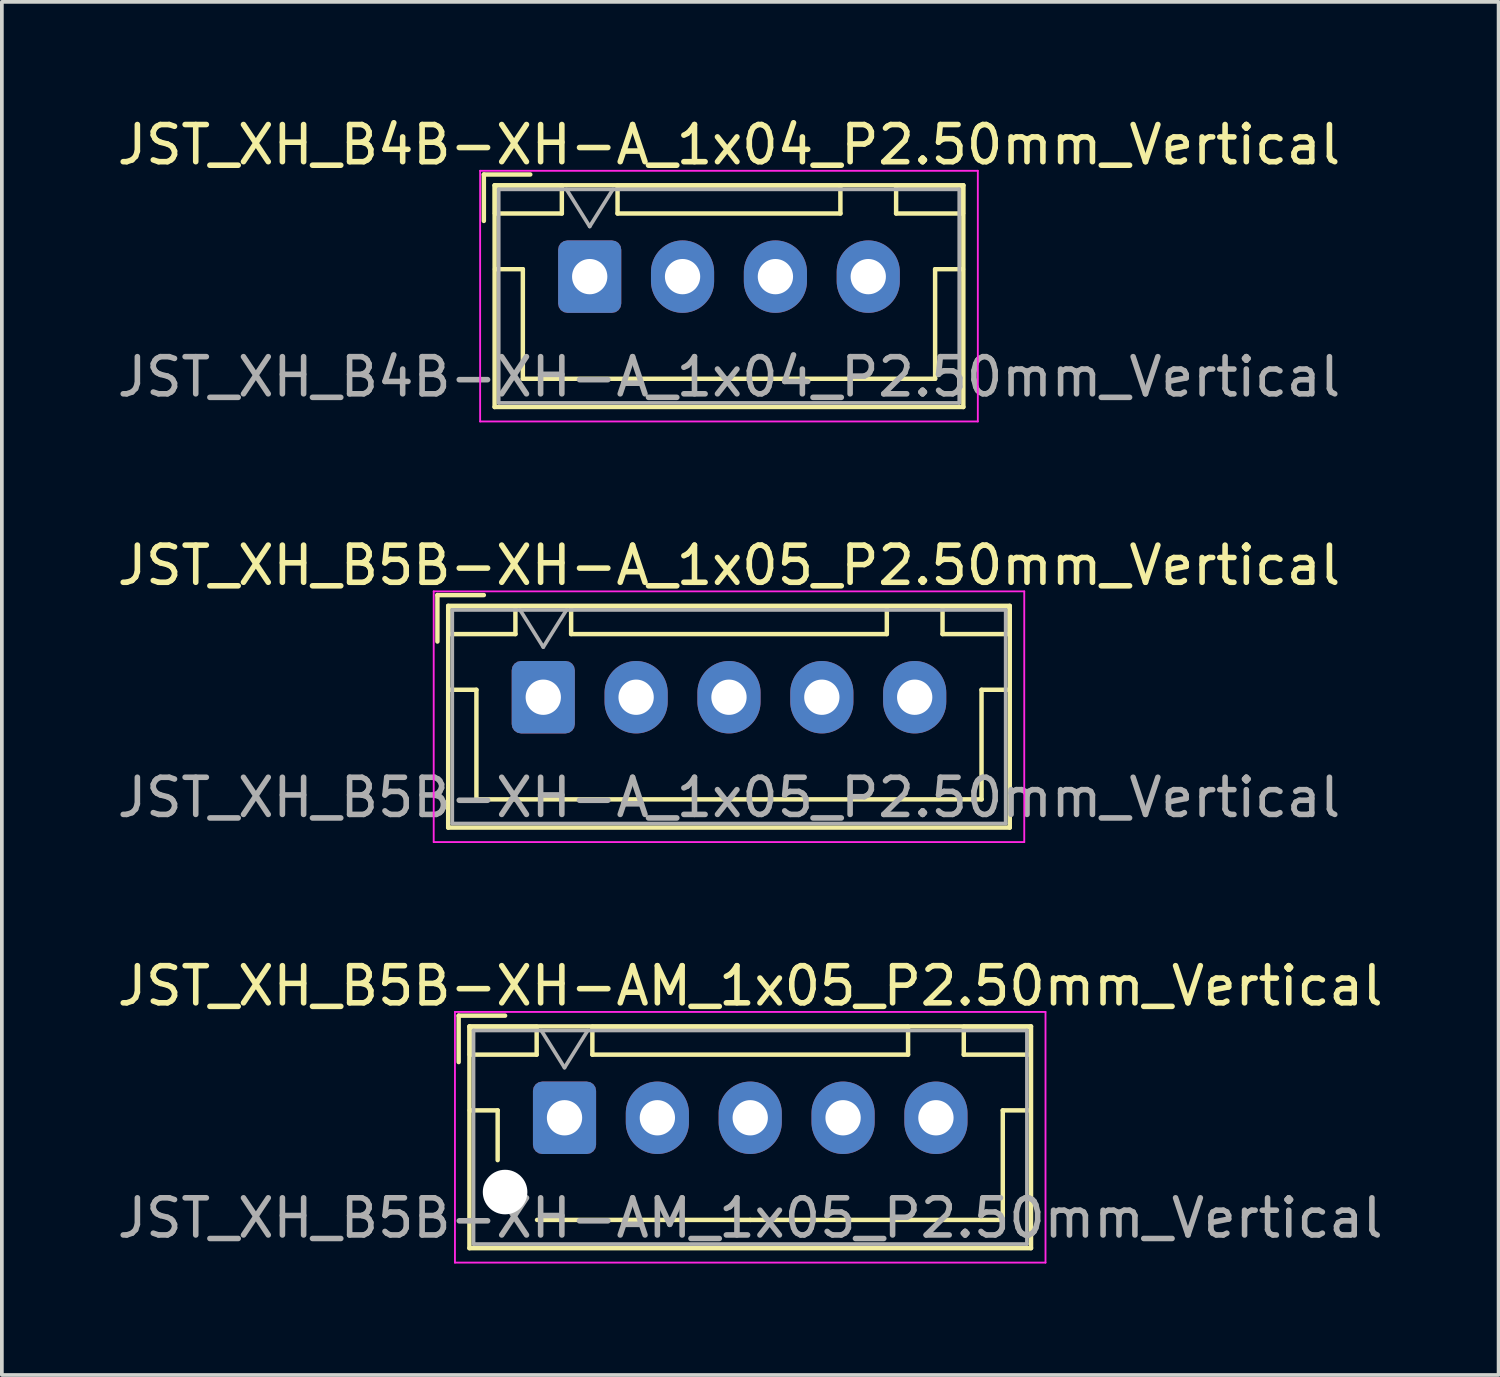
<source format=kicad_pcb>
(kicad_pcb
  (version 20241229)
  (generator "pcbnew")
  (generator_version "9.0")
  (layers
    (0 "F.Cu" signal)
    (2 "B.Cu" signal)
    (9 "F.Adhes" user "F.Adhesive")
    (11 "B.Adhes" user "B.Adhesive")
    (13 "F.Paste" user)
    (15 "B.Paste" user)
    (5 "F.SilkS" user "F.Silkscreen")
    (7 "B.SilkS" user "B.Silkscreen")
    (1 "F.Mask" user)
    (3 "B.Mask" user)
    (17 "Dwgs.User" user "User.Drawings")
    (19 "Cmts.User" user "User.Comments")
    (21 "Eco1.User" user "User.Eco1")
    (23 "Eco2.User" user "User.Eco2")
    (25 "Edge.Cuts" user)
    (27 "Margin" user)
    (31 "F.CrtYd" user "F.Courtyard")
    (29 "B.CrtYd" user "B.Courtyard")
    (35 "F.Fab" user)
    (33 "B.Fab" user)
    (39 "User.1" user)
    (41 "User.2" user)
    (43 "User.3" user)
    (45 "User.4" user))
  (footprint "JST_XH_B5B-XH-AM_1x05_P2.50mm_Vertical"
    (layer "F.Cu")
    (at 12.149 27.045)
    (property "Reference" "JST_XH_B5B-XH-AM_1x05_P2.50mm_Vertical" (at 5 -3.55 0) (layer "F.SilkS") (effects (font (size 1 1) (thickness 0.15))))
    (attr through_hole)
    (fp_line (start -2.85 -2.75) (end -2.85 -1.5) (stroke (width 0.12) (type solid)) (layer "F.SilkS"))
    (fp_line (start -2.56 -2.46) (end -2.56 3.51) (stroke (width 0.12) (type solid)) (layer "F.SilkS"))
    (fp_line (start -2.56 3.51) (end 12.56 3.51) (stroke (width 0.12) (type solid)) (layer "F.SilkS"))
    (fp_line (start -2.55 -2.45) (end -2.55 -1.7) (stroke (width 0.12) (type solid)) (layer "F.SilkS"))
    (fp_line (start -2.55 -1.7) (end -0.75 -1.7) (stroke (width 0.12) (type solid)) (layer "F.SilkS"))
    (fp_line (start -2.55 -0.2) (end -1.8 -0.2) (stroke (width 0.12) (type solid)) (layer "F.SilkS"))
    (fp_line (start -1.8 -0.2) (end -1.8 1.14) (stroke (width 0.12) (type solid)) (layer "F.SilkS"))
    (fp_line (start -1.6 -2.75) (end -2.85 -2.75) (stroke (width 0.12) (type solid)) (layer "F.SilkS"))
    (fp_line (start -0.75 -2.45) (end -2.55 -2.45) (stroke (width 0.12) (type solid)) (layer "F.SilkS"))
    (fp_line (start -0.75 -1.7) (end -0.75 -2.45) (stroke (width 0.12) (type solid)) (layer "F.SilkS"))
    (fp_line (start 0.75 -2.45) (end 0.75 -1.7) (stroke (width 0.12) (type solid)) (layer "F.SilkS"))
    (fp_line (start 0.75 -1.7) (end 9.25 -1.7) (stroke (width 0.12) (type solid)) (layer "F.SilkS"))
    (fp_line (start 5 2.75) (end -0.74 2.75) (stroke (width 0.12) (type solid)) (layer "F.SilkS"))
    (fp_line (start 9.25 -2.45) (end 0.75 -2.45) (stroke (width 0.12) (type solid)) (layer "F.SilkS"))
    (fp_line (start 9.25 -1.7) (end 9.25 -2.45) (stroke (width 0.12) (type solid)) (layer "F.SilkS"))
    (fp_line (start 10.75 -2.45) (end 10.75 -1.7) (stroke (width 0.12) (type solid)) (layer "F.SilkS"))
    (fp_line (start 10.75 -1.7) (end 12.55 -1.7) (stroke (width 0.12) (type solid)) (layer "F.SilkS"))
    (fp_line (start 11.8 -0.2) (end 11.8 2.75) (stroke (width 0.12) (type solid)) (layer "F.SilkS"))
    (fp_line (start 11.8 2.75) (end 5 2.75) (stroke (width 0.12) (type solid)) (layer "F.SilkS"))
    (fp_line (start 12.55 -2.45) (end 10.75 -2.45) (stroke (width 0.12) (type solid)) (layer "F.SilkS"))
    (fp_line (start 12.55 -1.7) (end 12.55 -2.45) (stroke (width 0.12) (type solid)) (layer "F.SilkS"))
    (fp_line (start 12.55 -0.2) (end 11.8 -0.2) (stroke (width 0.12) (type solid)) (layer "F.SilkS"))
    (fp_line (start 12.56 -2.46) (end -2.56 -2.46) (stroke (width 0.12) (type solid)) (layer "F.SilkS"))
    (fp_line (start 12.56 3.51) (end 12.56 -2.46) (stroke (width 0.12) (type solid)) (layer "F.SilkS"))
    (fp_line (start -2.95 -2.85) (end -2.95 3.9) (stroke (width 0.05) (type solid)) (layer "F.CrtYd"))
    (fp_line (start -2.95 3.9) (end 12.95 3.9) (stroke (width 0.05) (type solid)) (layer "F.CrtYd"))
    (fp_line (start 12.95 -2.85) (end -2.95 -2.85) (stroke (width 0.05) (type solid)) (layer "F.CrtYd"))
    (fp_line (start 12.95 3.9) (end 12.95 -2.85) (stroke (width 0.05) (type solid)) (layer "F.CrtYd"))
    (fp_line (start -2.45 -2.35) (end -2.45 3.4) (stroke (width 0.1) (type solid)) (layer "F.Fab"))
    (fp_line (start -2.45 3.4) (end 12.45 3.4) (stroke (width 0.1) (type solid)) (layer "F.Fab"))
    (fp_line (start -0.625 -2.35) (end 0 -1.35) (stroke (width 0.1) (type solid)) (layer "F.Fab"))
    (fp_line (start 0 -1.35) (end 0.625 -2.35) (stroke (width 0.1) (type solid)) (layer "F.Fab"))
    (fp_line (start 12.45 -2.35) (end -2.45 -2.35) (stroke (width 0.1) (type solid)) (layer "F.Fab"))
    (fp_line (start 12.45 3.4) (end 12.45 -2.35) (stroke (width 0.1) (type solid)) (layer "F.Fab"))
    (fp_text user "${REFERENCE}" (at 5 2.7 0) (layer "F.Fab") (effects (font (size 1 1) (thickness 0.15))))
    (pad "" np_thru_hole circle (at -1.6 2) (size 1.2 1.2) (drill 1.2) (layers "*.Cu" "*.Mask"))
    (pad "1" thru_hole roundrect (at 0 0) (size 1.7 1.95) (drill 0.95) (layers "*.Cu" "*.Mask") (roundrect_rratio 0.147))
    (pad "2" thru_hole oval (at 2.5 0) (size 1.7 1.95) (drill 0.95) (layers "*.Cu" "*.Mask"))
    (pad "3" thru_hole oval (at 5 0) (size 1.7 1.95) (drill 0.95) (layers "*.Cu" "*.Mask"))
    (pad "4" thru_hole oval (at 7.5 0) (size 1.7 1.95) (drill 0.95) (layers "*.Cu" "*.Mask"))
    (pad "5" thru_hole oval (at 10 0) (size 1.7 1.95) (drill 0.95) (layers "*.Cu" "*.Mask")))
  (footprint "JST_XH_B5B-XH-A_1x05_P2.50mm_Vertical"
    (layer "F.Cu")
    (at 11.577 15.722)
    (property "Reference" "JST_XH_B5B-XH-A_1x05_P2.50mm_Vertical" (at 5 -3.55 0) (layer "F.SilkS") (effects (font (size 1 1) (thickness 0.15))))
    (attr through_hole)
    (fp_line (start -2.85 -2.75) (end -2.85 -1.5) (stroke (width 0.12) (type solid)) (layer "F.SilkS"))
    (fp_line (start -2.56 -2.46) (end -2.56 3.51) (stroke (width 0.12) (type solid)) (layer "F.SilkS"))
    (fp_line (start -2.56 3.51) (end 12.56 3.51) (stroke (width 0.12) (type solid)) (layer "F.SilkS"))
    (fp_line (start -2.55 -2.45) (end -2.55 -1.7) (stroke (width 0.12) (type solid)) (layer "F.SilkS"))
    (fp_line (start -2.55 -1.7) (end -0.75 -1.7) (stroke (width 0.12) (type solid)) (layer "F.SilkS"))
    (fp_line (start -2.55 -0.2) (end -1.8 -0.2) (stroke (width 0.12) (type solid)) (layer "F.SilkS"))
    (fp_line (start -1.8 -0.2) (end -1.8 2.75) (stroke (width 0.12) (type solid)) (layer "F.SilkS"))
    (fp_line (start -1.8 2.75) (end 5 2.75) (stroke (width 0.12) (type solid)) (layer "F.SilkS"))
    (fp_line (start -1.6 -2.75) (end -2.85 -2.75) (stroke (width 0.12) (type solid)) (layer "F.SilkS"))
    (fp_line (start -0.75 -2.45) (end -2.55 -2.45) (stroke (width 0.12) (type solid)) (layer "F.SilkS"))
    (fp_line (start -0.75 -1.7) (end -0.75 -2.45) (stroke (width 0.12) (type solid)) (layer "F.SilkS"))
    (fp_line (start 0.75 -2.45) (end 0.75 -1.7) (stroke (width 0.12) (type solid)) (layer "F.SilkS"))
    (fp_line (start 0.75 -1.7) (end 9.25 -1.7) (stroke (width 0.12) (type solid)) (layer "F.SilkS"))
    (fp_line (start 9.25 -2.45) (end 0.75 -2.45) (stroke (width 0.12) (type solid)) (layer "F.SilkS"))
    (fp_line (start 9.25 -1.7) (end 9.25 -2.45) (stroke (width 0.12) (type solid)) (layer "F.SilkS"))
    (fp_line (start 10.75 -2.45) (end 10.75 -1.7) (stroke (width 0.12) (type solid)) (layer "F.SilkS"))
    (fp_line (start 10.75 -1.7) (end 12.55 -1.7) (stroke (width 0.12) (type solid)) (layer "F.SilkS"))
    (fp_line (start 11.8 -0.2) (end 11.8 2.75) (stroke (width 0.12) (type solid)) (layer "F.SilkS"))
    (fp_line (start 11.8 2.75) (end 5 2.75) (stroke (width 0.12) (type solid)) (layer "F.SilkS"))
    (fp_line (start 12.55 -2.45) (end 10.75 -2.45) (stroke (width 0.12) (type solid)) (layer "F.SilkS"))
    (fp_line (start 12.55 -1.7) (end 12.55 -2.45) (stroke (width 0.12) (type solid)) (layer "F.SilkS"))
    (fp_line (start 12.55 -0.2) (end 11.8 -0.2) (stroke (width 0.12) (type solid)) (layer "F.SilkS"))
    (fp_line (start 12.56 -2.46) (end -2.56 -2.46) (stroke (width 0.12) (type solid)) (layer "F.SilkS"))
    (fp_line (start 12.56 3.51) (end 12.56 -2.46) (stroke (width 0.12) (type solid)) (layer "F.SilkS"))
    (fp_line (start -2.95 -2.85) (end -2.95 3.9) (stroke (width 0.05) (type solid)) (layer "F.CrtYd"))
    (fp_line (start -2.95 3.9) (end 12.95 3.9) (stroke (width 0.05) (type solid)) (layer "F.CrtYd"))
    (fp_line (start 12.95 -2.85) (end -2.95 -2.85) (stroke (width 0.05) (type solid)) (layer "F.CrtYd"))
    (fp_line (start 12.95 3.9) (end 12.95 -2.85) (stroke (width 0.05) (type solid)) (layer "F.CrtYd"))
    (fp_line (start -2.45 -2.35) (end -2.45 3.4) (stroke (width 0.1) (type solid)) (layer "F.Fab"))
    (fp_line (start -2.45 3.4) (end 12.45 3.4) (stroke (width 0.1) (type solid)) (layer "F.Fab"))
    (fp_line (start -0.625 -2.35) (end 0 -1.35) (stroke (width 0.1) (type solid)) (layer "F.Fab"))
    (fp_line (start 0 -1.35) (end 0.625 -2.35) (stroke (width 0.1) (type solid)) (layer "F.Fab"))
    (fp_line (start 12.45 -2.35) (end -2.45 -2.35) (stroke (width 0.1) (type solid)) (layer "F.Fab"))
    (fp_line (start 12.45 3.4) (end 12.45 -2.35) (stroke (width 0.1) (type solid)) (layer "F.Fab"))
    (fp_text user "${REFERENCE}" (at 5 2.7 0) (layer "F.Fab") (effects (font (size 1 1) (thickness 0.15))))
    (pad "1" thru_hole roundrect (at 0 0) (size 1.7 1.95) (drill 0.95) (layers "*.Cu" "*.Mask") (roundrect_rratio 0.147))
    (pad "2" thru_hole oval (at 2.5 0) (size 1.7 1.95) (drill 0.95) (layers "*.Cu" "*.Mask"))
    (pad "3" thru_hole oval (at 5 0) (size 1.7 1.95) (drill 0.95) (layers "*.Cu" "*.Mask"))
    (pad "4" thru_hole oval (at 7.5 0) (size 1.7 1.95) (drill 0.95) (layers "*.Cu" "*.Mask"))
    (pad "5" thru_hole oval (at 10 0) (size 1.7 1.95) (drill 0.95) (layers "*.Cu" "*.Mask")))
  (footprint "JST_XH_B4B-XH-A_1x04_P2.50mm_Vertical"
    (layer "F.Cu")
    (at 12.827 4.398)
    (property "Reference" "JST_XH_B4B-XH-A_1x04_P2.50mm_Vertical" (at 3.75 -3.55 0) (layer "F.SilkS") (effects (font (size 1 1) (thickness 0.15))))
    (attr through_hole)
    (fp_line (start -2.85 -2.75) (end -2.85 -1.5) (stroke (width 0.12) (type solid)) (layer "F.SilkS"))
    (fp_line (start -2.56 -2.46) (end -2.56 3.51) (stroke (width 0.12) (type solid)) (layer "F.SilkS"))
    (fp_line (start -2.56 3.51) (end 10.06 3.51) (stroke (width 0.12) (type solid)) (layer "F.SilkS"))
    (fp_line (start -2.55 -2.45) (end -2.55 -1.7) (stroke (width 0.12) (type solid)) (layer "F.SilkS"))
    (fp_line (start -2.55 -1.7) (end -0.75 -1.7) (stroke (width 0.12) (type solid)) (layer "F.SilkS"))
    (fp_line (start -2.55 -0.2) (end -1.8 -0.2) (stroke (width 0.12) (type solid)) (layer "F.SilkS"))
    (fp_line (start -1.8 -0.2) (end -1.8 2.75) (stroke (width 0.12) (type solid)) (layer "F.SilkS"))
    (fp_line (start -1.8 2.75) (end 3.75 2.75) (stroke (width 0.12) (type solid)) (layer "F.SilkS"))
    (fp_line (start -1.6 -2.75) (end -2.85 -2.75) (stroke (width 0.12) (type solid)) (layer "F.SilkS"))
    (fp_line (start -0.75 -2.45) (end -2.55 -2.45) (stroke (width 0.12) (type solid)) (layer "F.SilkS"))
    (fp_line (start -0.75 -1.7) (end -0.75 -2.45) (stroke (width 0.12) (type solid)) (layer "F.SilkS"))
    (fp_line (start 0.75 -2.45) (end 0.75 -1.7) (stroke (width 0.12) (type solid)) (layer "F.SilkS"))
    (fp_line (start 0.75 -1.7) (end 6.75 -1.7) (stroke (width 0.12) (type solid)) (layer "F.SilkS"))
    (fp_line (start 6.75 -2.45) (end 0.75 -2.45) (stroke (width 0.12) (type solid)) (layer "F.SilkS"))
    (fp_line (start 6.75 -1.7) (end 6.75 -2.45) (stroke (width 0.12) (type solid)) (layer "F.SilkS"))
    (fp_line (start 8.25 -2.45) (end 8.25 -1.7) (stroke (width 0.12) (type solid)) (layer "F.SilkS"))
    (fp_line (start 8.25 -1.7) (end 10.05 -1.7) (stroke (width 0.12) (type solid)) (layer "F.SilkS"))
    (fp_line (start 9.3 -0.2) (end 9.3 2.75) (stroke (width 0.12) (type solid)) (layer "F.SilkS"))
    (fp_line (start 9.3 2.75) (end 3.75 2.75) (stroke (width 0.12) (type solid)) (layer "F.SilkS"))
    (fp_line (start 10.05 -2.45) (end 8.25 -2.45) (stroke (width 0.12) (type solid)) (layer "F.SilkS"))
    (fp_line (start 10.05 -1.7) (end 10.05 -2.45) (stroke (width 0.12) (type solid)) (layer "F.SilkS"))
    (fp_line (start 10.05 -0.2) (end 9.3 -0.2) (stroke (width 0.12) (type solid)) (layer "F.SilkS"))
    (fp_line (start 10.06 -2.46) (end -2.56 -2.46) (stroke (width 0.12) (type solid)) (layer "F.SilkS"))
    (fp_line (start 10.06 3.51) (end 10.06 -2.46) (stroke (width 0.12) (type solid)) (layer "F.SilkS"))
    (fp_line (start -2.95 -2.85) (end -2.95 3.9) (stroke (width 0.05) (type solid)) (layer "F.CrtYd"))
    (fp_line (start -2.95 3.9) (end 10.45 3.9) (stroke (width 0.05) (type solid)) (layer "F.CrtYd"))
    (fp_line (start 10.45 -2.85) (end -2.95 -2.85) (stroke (width 0.05) (type solid)) (layer "F.CrtYd"))
    (fp_line (start 10.45 3.9) (end 10.45 -2.85) (stroke (width 0.05) (type solid)) (layer "F.CrtYd"))
    (fp_line (start -2.45 -2.35) (end -2.45 3.4) (stroke (width 0.1) (type solid)) (layer "F.Fab"))
    (fp_line (start -2.45 3.4) (end 9.95 3.4) (stroke (width 0.1) (type solid)) (layer "F.Fab"))
    (fp_line (start -0.625 -2.35) (end 0 -1.35) (stroke (width 0.1) (type solid)) (layer "F.Fab"))
    (fp_line (start 0 -1.35) (end 0.625 -2.35) (stroke (width 0.1) (type solid)) (layer "F.Fab"))
    (fp_line (start 9.95 -2.35) (end -2.45 -2.35) (stroke (width 0.1) (type solid)) (layer "F.Fab"))
    (fp_line (start 9.95 3.4) (end 9.95 -2.35) (stroke (width 0.1) (type solid)) (layer "F.Fab"))
    (fp_text user "${REFERENCE}" (at 3.75 2.7 0) (layer "F.Fab") (effects (font (size 1 1) (thickness 0.15))))
    (pad "1" thru_hole roundrect (at 0 0) (size 1.7 1.95) (drill 0.95) (layers "*.Cu" "*.Mask") (roundrect_rratio 0.147))
    (pad "2" thru_hole oval (at 2.5 0) (size 1.7 1.95) (drill 0.95) (layers "*.Cu" "*.Mask"))
    (pad "3" thru_hole oval (at 5 0) (size 1.7 1.95) (drill 0.95) (layers "*.Cu" "*.Mask"))
    (pad "4" thru_hole oval (at 7.5 0) (size 1.7 1.95) (drill 0.95) (layers "*.Cu" "*.Mask")))
  (gr_rect
    (start -3 -3)
    (end 37.298 33.97)
    (stroke (width 0.1) (type default))
    (fill no)
    (layer "Edge.Cuts")))
</source>
